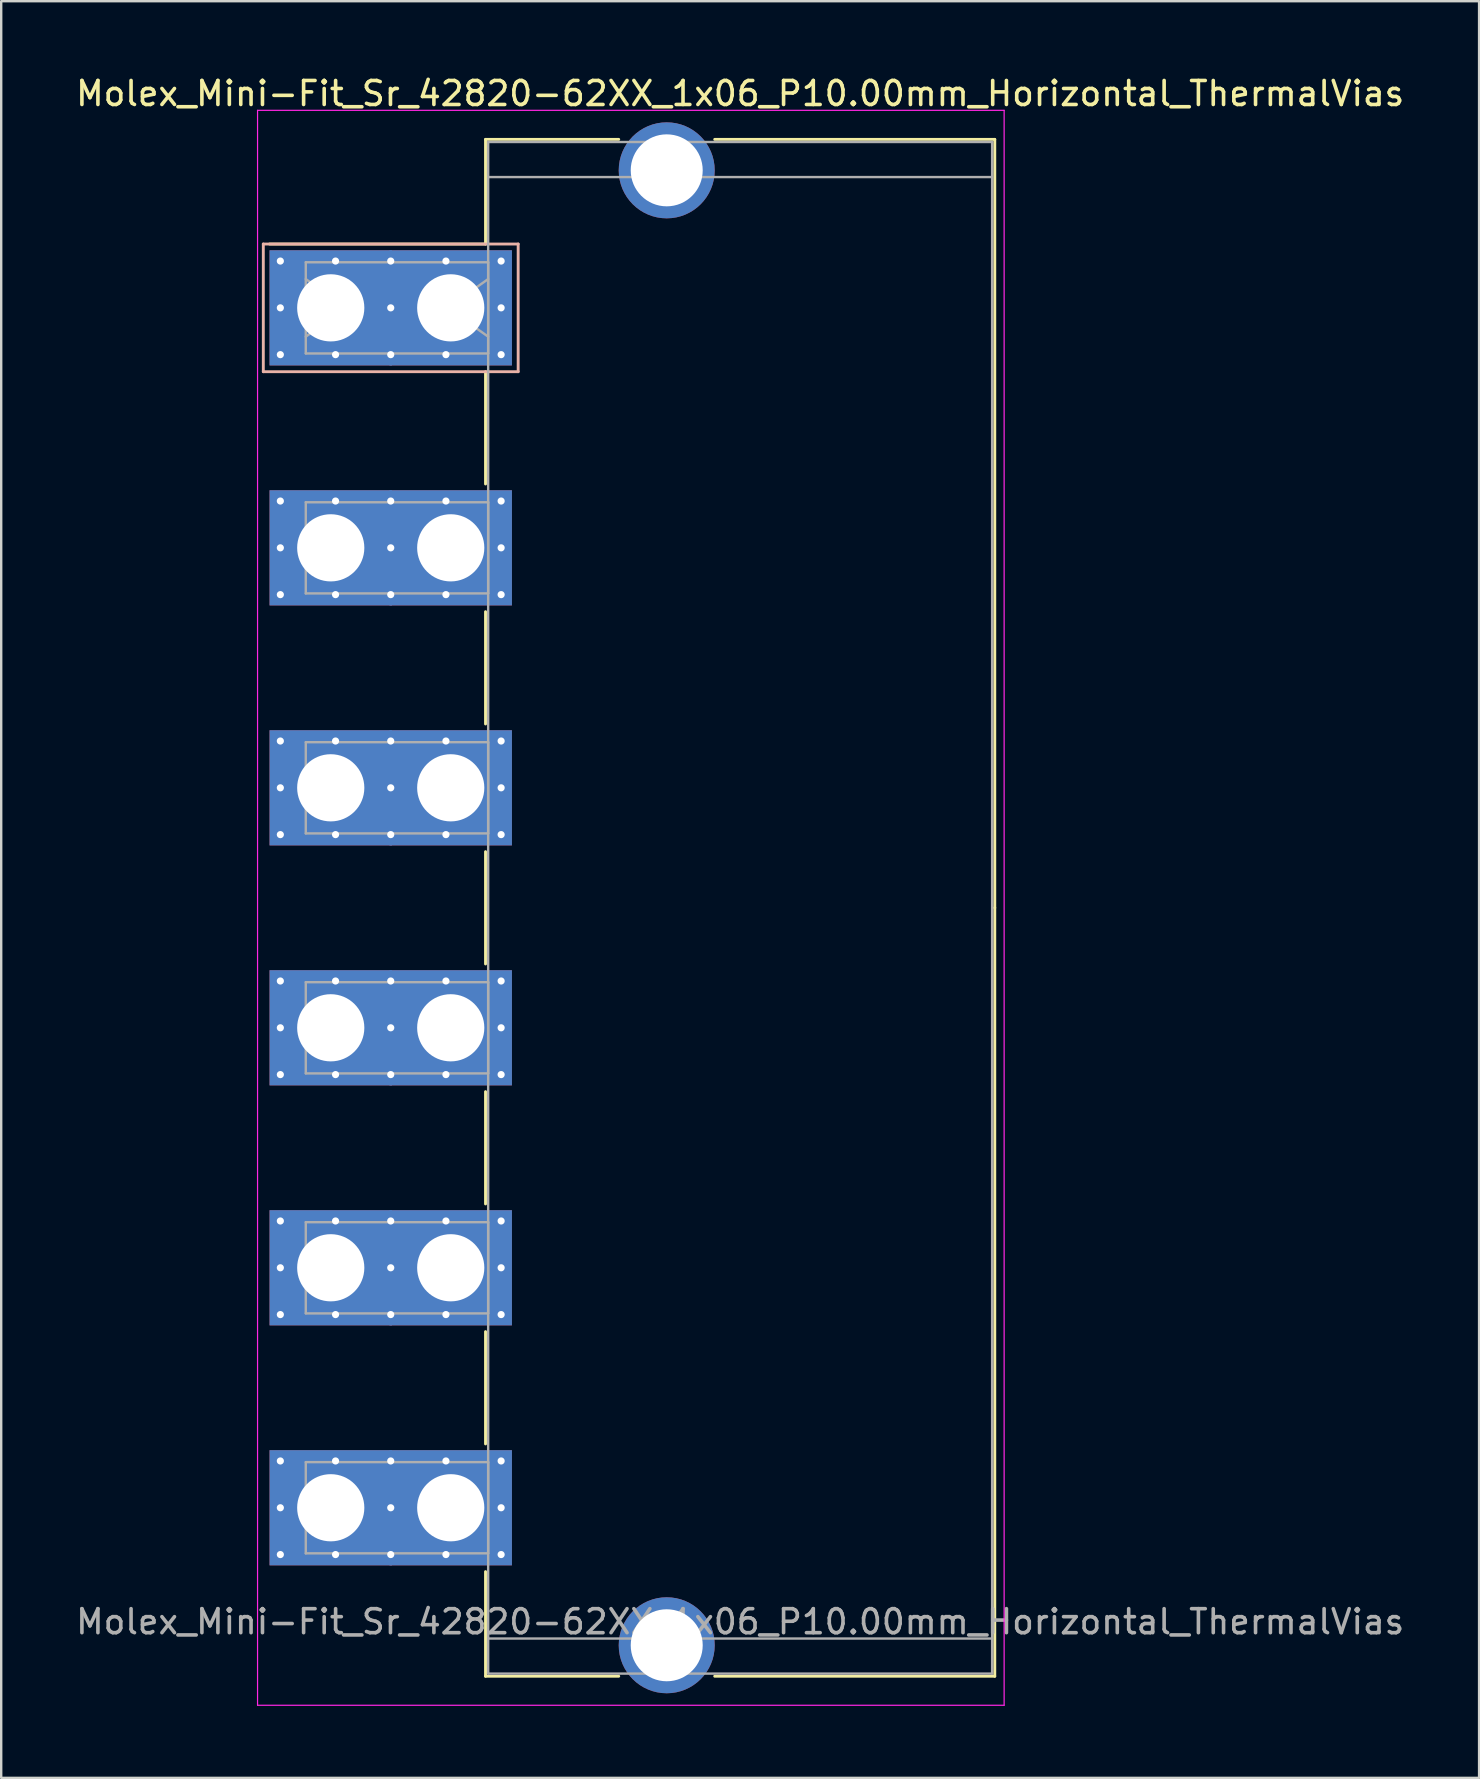
<source format=kicad_pcb>
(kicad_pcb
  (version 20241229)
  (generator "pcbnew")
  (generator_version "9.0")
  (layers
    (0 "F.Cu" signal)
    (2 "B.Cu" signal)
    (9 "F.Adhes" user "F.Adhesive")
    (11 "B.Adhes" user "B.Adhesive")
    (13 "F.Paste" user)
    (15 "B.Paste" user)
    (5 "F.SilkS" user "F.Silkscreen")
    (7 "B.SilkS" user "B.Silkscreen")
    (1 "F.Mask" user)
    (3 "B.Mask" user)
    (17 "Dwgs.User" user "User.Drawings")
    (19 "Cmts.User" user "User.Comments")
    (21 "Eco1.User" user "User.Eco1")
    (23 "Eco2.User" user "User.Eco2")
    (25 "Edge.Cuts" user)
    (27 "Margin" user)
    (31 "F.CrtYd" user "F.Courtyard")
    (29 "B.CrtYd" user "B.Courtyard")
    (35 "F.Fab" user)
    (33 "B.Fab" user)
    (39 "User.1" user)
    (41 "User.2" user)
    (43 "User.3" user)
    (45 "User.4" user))
  (footprint "Molex_Mini-Fit_Sr_42820-62XX_1x06_P10.00mm_Horizontal_ThermalVias"
    (layer "F.Cu")
    (at 10.732 9.778)
    (property "Reference" "Molex_Mini-Fit_Sr_42820-62XX_1x06_P10.00mm_Horizontal_ThermalVias" (at 17.06 -8.93 0) (layer "F.SilkS") (effects (font (size 1 1) (thickness 0.15))))
    (attr through_hole)
    (fp_line (start 6.45 -7.02) (end 12 -7.02) (stroke (width 0.12) (type solid)) (layer "F.SilkS"))
    (fp_line (start 6.45 -2.66) (end -2.55 -2.66) (stroke (width 0.12) (type solid)) (layer "F.SilkS"))
    (fp_line (start 6.45 -2.66) (end 6.45 -7.02) (stroke (width 0.12) (type solid)) (layer "F.SilkS"))
    (fp_line (start 6.45 2.66) (end 6.45 7.34) (stroke (width 0.12) (type solid)) (layer "F.SilkS"))
    (fp_line (start 6.45 12.66) (end 6.45 17.34) (stroke (width 0.12) (type solid)) (layer "F.SilkS"))
    (fp_line (start 6.45 22.66) (end 6.45 27.34) (stroke (width 0.12) (type solid)) (layer "F.SilkS"))
    (fp_line (start 6.45 32.66) (end 6.45 37.34) (stroke (width 0.12) (type solid)) (layer "F.SilkS"))
    (fp_line (start 6.45 42.66) (end 6.45 47.34) (stroke (width 0.12) (type solid)) (layer "F.SilkS"))
    (fp_line (start 6.45 52.66) (end 6.45 57.02) (stroke (width 0.12) (type solid)) (layer "F.SilkS"))
    (fp_line (start 6.45 57.02) (end 12 57.02) (stroke (width 0.12) (type solid)) (layer "F.SilkS"))
    (fp_line (start 16 -7.02) (end 27.67 -7.02) (stroke (width 0.12) (type solid)) (layer "F.SilkS"))
    (fp_line (start 16 57.02) (end 27.67 57.02) (stroke (width 0.12) (type solid)) (layer "F.SilkS"))
    (fp_line (start 27.67 -7.02) (end 27.67 25) (stroke (width 0.12) (type solid)) (layer "F.SilkS"))
    (fp_line (start 27.67 57.02) (end 27.67 25) (stroke (width 0.12) (type solid)) (layer "F.SilkS"))
    (fp_line (start -2.81 -2.66) (end -2.81 2.66) (stroke (width 0.12) (type solid)) (layer "B.SilkS"))
    (fp_line (start -2.81 2.66) (end 7.81 2.66) (stroke (width 0.12) (type solid)) (layer "B.SilkS"))
    (fp_line (start 7.81 -2.66) (end -2.81 -2.66) (stroke (width 0.12) (type solid)) (layer "B.SilkS"))
    (fp_line (start 7.81 2.66) (end 7.81 -2.66) (stroke (width 0.12) (type solid)) (layer "B.SilkS"))
    (fp_line (start -3.05 -8.23) (end -3.05 58.23) (stroke (width 0.05) (type solid)) (layer "F.CrtYd"))
    (fp_line (start -3.05 58.23) (end 28.06 58.23) (stroke (width 0.05) (type solid)) (layer "F.CrtYd"))
    (fp_line (start 28.06 -8.23) (end -3.05 -8.23) (stroke (width 0.05) (type solid)) (layer "F.CrtYd"))
    (fp_line (start 28.06 58.23) (end 28.06 -8.23) (stroke (width 0.05) (type solid)) (layer "F.CrtYd"))
    (fp_line (start -1.04 -1.9) (end 6.56 -1.9) (stroke (width 0.1) (type solid)) (layer "F.Fab"))
    (fp_line (start -1.04 -1.2) (end 0.657 0) (stroke (width 0.1) (type solid)) (layer "F.Fab"))
    (fp_line (start -1.04 1.9) (end -1.04 -1.9) (stroke (width 0.1) (type solid)) (layer "F.Fab"))
    (fp_line (start -1.04 8.1) (end 6.56 8.1) (stroke (width 0.1) (type solid)) (layer "F.Fab"))
    (fp_line (start -1.04 11.9) (end -1.04 8.1) (stroke (width 0.1) (type solid)) (layer "F.Fab"))
    (fp_line (start -1.04 18.1) (end 6.56 18.1) (stroke (width 0.1) (type solid)) (layer "F.Fab"))
    (fp_line (start -1.04 21.9) (end -1.04 18.1) (stroke (width 0.1) (type solid)) (layer "F.Fab"))
    (fp_line (start -1.04 28.1) (end 6.56 28.1) (stroke (width 0.1) (type solid)) (layer "F.Fab"))
    (fp_line (start -1.04 31.9) (end -1.04 28.1) (stroke (width 0.1) (type solid)) (layer "F.Fab"))
    (fp_line (start -1.04 38.1) (end 6.56 38.1) (stroke (width 0.1) (type solid)) (layer "F.Fab"))
    (fp_line (start -1.04 41.9) (end -1.04 38.1) (stroke (width 0.1) (type solid)) (layer "F.Fab"))
    (fp_line (start -1.04 48.1) (end 6.56 48.1) (stroke (width 0.1) (type solid)) (layer "F.Fab"))
    (fp_line (start -1.04 51.9) (end -1.04 48.1) (stroke (width 0.1) (type solid)) (layer "F.Fab"))
    (fp_line (start 0.657 0) (end -1.04 1.2) (stroke (width 0.1) (type solid)) (layer "F.Fab"))
    (fp_line (start 4.863 0) (end 6.56 1.2) (stroke (width 0.1) (type solid)) (layer "F.Fab"))
    (fp_line (start 6.56 -6.91) (end 6.56 56.91) (stroke (width 0.1) (type solid)) (layer "F.Fab"))
    (fp_line (start 6.56 -5.45) (end 27.56 -5.45) (stroke (width 0.1) (type solid)) (layer "F.Fab"))
    (fp_line (start 6.56 -1.9) (end 6.56 1.9) (stroke (width 0.1) (type solid)) (layer "F.Fab"))
    (fp_line (start 6.56 -1.2) (end 4.863 0) (stroke (width 0.1) (type solid)) (layer "F.Fab"))
    (fp_line (start 6.56 1.9) (end -1.04 1.9) (stroke (width 0.1) (type solid)) (layer "F.Fab"))
    (fp_line (start 6.56 8.1) (end 6.56 11.9) (stroke (width 0.1) (type solid)) (layer "F.Fab"))
    (fp_line (start 6.56 11.9) (end -1.04 11.9) (stroke (width 0.1) (type solid)) (layer "F.Fab"))
    (fp_line (start 6.56 18.1) (end 6.56 21.9) (stroke (width 0.1) (type solid)) (layer "F.Fab"))
    (fp_line (start 6.56 21.9) (end -1.04 21.9) (stroke (width 0.1) (type solid)) (layer "F.Fab"))
    (fp_line (start 6.56 28.1) (end 6.56 31.9) (stroke (width 0.1) (type solid)) (layer "F.Fab"))
    (fp_line (start 6.56 31.9) (end -1.04 31.9) (stroke (width 0.1) (type solid)) (layer "F.Fab"))
    (fp_line (start 6.56 38.1) (end 6.56 41.9) (stroke (width 0.1) (type solid)) (layer "F.Fab"))
    (fp_line (start 6.56 41.9) (end -1.04 41.9) (stroke (width 0.1) (type solid)) (layer "F.Fab"))
    (fp_line (start 6.56 48.1) (end 6.56 51.9) (stroke (width 0.1) (type solid)) (layer "F.Fab"))
    (fp_line (start 6.56 51.9) (end -1.04 51.9) (stroke (width 0.1) (type solid)) (layer "F.Fab"))
    (fp_line (start 6.56 55.45) (end 27.56 55.45) (stroke (width 0.1) (type solid)) (layer "F.Fab"))
    (fp_line (start 6.56 56.91) (end 27.56 56.91) (stroke (width 0.1) (type solid)) (layer "F.Fab"))
    (fp_line (start 27.56 -6.91) (end 6.56 -6.91) (stroke (width 0.1) (type solid)) (layer "F.Fab"))
    (fp_line (start 27.56 56.91) (end 27.56 -6.91) (stroke (width 0.1) (type solid)) (layer "F.Fab"))
    (fp_text user "${REFERENCE}" (at 17.06 54.75 0) (layer "F.Fab") (effects (font (size 1 1) (thickness 0.15))))
    (pad "" thru_hole circle (at 14 -5.73) (size 4 4) (drill 3) (layers "*.Cu" "*.Mask"))
    (pad "" thru_hole circle (at 14 55.73) (size 4 4) (drill 3) (layers "*.Cu" "*.Mask"))
    (pad "1" thru_hole rect (at -2.1 -1.95) (size 0.6 0.6) (drill 0.3) (layers "*.Cu" "*.Mask"))
    (pad "1" thru_hole rect (at -2.1 0) (size 0.6 0.6) (drill 0.3) (layers "*.Cu" "*.Mask"))
    (pad "1" thru_hole rect (at -2.1 1.95) (size 0.6 0.6) (drill 0.3) (layers "*.Cu" "*.Mask"))
    (pad "1" thru_hole rect (at 0 0) (size 5.1 4.8) (drill 2.8) (layers "*.Cu" "*.Mask"))
    (pad "1" thru_hole rect (at 0.2 -1.95) (size 0.6 0.6) (drill 0.3) (layers "*.Cu" "*.Mask"))
    (pad "1" thru_hole rect (at 0.2 1.95) (size 0.6 0.6) (drill 0.3) (layers "*.Cu" "*.Mask"))
    (pad "1" thru_hole rect (at 2.5 -1.95) (size 0.6 0.6) (drill 0.3) (layers "*.Cu" "*.Mask"))
    (pad "1" thru_hole rect (at 2.5 0) (size 0.6 0.6) (drill 0.3) (layers "*.Cu" "*.Mask"))
    (pad "1" thru_hole rect (at 2.5 1.95) (size 0.6 0.6) (drill 0.3) (layers "*.Cu" "*.Mask"))
    (pad "1" thru_hole rect (at 4.8 -1.95) (size 0.6 0.6) (drill 0.3) (layers "*.Cu" "*.Mask"))
    (pad "1" thru_hole rect (at 4.8 1.95) (size 0.6 0.6) (drill 0.3) (layers "*.Cu" "*.Mask"))
    (pad "1" thru_hole rect (at 5 0) (size 5.1 4.8) (drill 2.8) (layers "*.Cu" "*.Mask"))
    (pad "1" thru_hole rect (at 7.1 -1.95) (size 0.6 0.6) (drill 0.3) (layers "*.Cu" "*.Mask"))
    (pad "1" thru_hole rect (at 7.1 0) (size 0.6 0.6) (drill 0.3) (layers "*.Cu" "*.Mask"))
    (pad "1" thru_hole rect (at 7.1 1.95) (size 0.6 0.6) (drill 0.3) (layers "*.Cu" "*.Mask"))
    (pad "2" thru_hole circle (at -2.1 8.05) (size 0.6 0.6) (drill 0.3) (layers "*.Cu" "*.Mask"))
    (pad "2" thru_hole circle (at -2.1 10) (size 0.6 0.6) (drill 0.3) (layers "*.Cu" "*.Mask"))
    (pad "2" thru_hole circle (at -2.1 11.95) (size 0.6 0.6) (drill 0.3) (layers "*.Cu" "*.Mask"))
    (pad "2" thru_hole rect (at 0 10) (size 5.1 4.8) (drill 2.8) (layers "*.Cu" "*.Mask"))
    (pad "2" thru_hole circle (at 0.2 8.05) (size 0.6 0.6) (drill 0.3) (layers "*.Cu" "*.Mask"))
    (pad "2" thru_hole circle (at 0.2 11.95) (size 0.6 0.6) (drill 0.3) (layers "*.Cu" "*.Mask"))
    (pad "2" thru_hole circle (at 2.5 8.05) (size 0.6 0.6) (drill 0.3) (layers "*.Cu" "*.Mask"))
    (pad "2" thru_hole circle (at 2.5 10) (size 0.6 0.6) (drill 0.3) (layers "*.Cu" "*.Mask"))
    (pad "2" thru_hole circle (at 2.5 11.95) (size 0.6 0.6) (drill 0.3) (layers "*.Cu" "*.Mask"))
    (pad "2" thru_hole circle (at 4.8 8.05) (size 0.6 0.6) (drill 0.3) (layers "*.Cu" "*.Mask"))
    (pad "2" thru_hole circle (at 4.8 11.95) (size 0.6 0.6) (drill 0.3) (layers "*.Cu" "*.Mask"))
    (pad "2" thru_hole rect (at 5 10) (size 5.1 4.8) (drill 2.8) (layers "*.Cu" "*.Mask"))
    (pad "2" thru_hole circle (at 7.1 8.05) (size 0.6 0.6) (drill 0.3) (layers "*.Cu" "*.Mask"))
    (pad "2" thru_hole circle (at 7.1 10) (size 0.6 0.6) (drill 0.3) (layers "*.Cu" "*.Mask"))
    (pad "2" thru_hole circle (at 7.1 11.95) (size 0.6 0.6) (drill 0.3) (layers "*.Cu" "*.Mask"))
    (pad "3" thru_hole circle (at -2.1 18.05) (size 0.6 0.6) (drill 0.3) (layers "*.Cu" "*.Mask"))
    (pad "3" thru_hole circle (at -2.1 20) (size 0.6 0.6) (drill 0.3) (layers "*.Cu" "*.Mask"))
    (pad "3" thru_hole circle (at -2.1 21.95) (size 0.6 0.6) (drill 0.3) (layers "*.Cu" "*.Mask"))
    (pad "3" thru_hole rect (at 0 20) (size 5.1 4.8) (drill 2.8) (layers "*.Cu" "*.Mask"))
    (pad "3" thru_hole circle (at 0.2 18.05) (size 0.6 0.6) (drill 0.3) (layers "*.Cu" "*.Mask"))
    (pad "3" thru_hole circle (at 0.2 21.95) (size 0.6 0.6) (drill 0.3) (layers "*.Cu" "*.Mask"))
    (pad "3" thru_hole circle (at 2.5 18.05) (size 0.6 0.6) (drill 0.3) (layers "*.Cu" "*.Mask"))
    (pad "3" thru_hole circle (at 2.5 20) (size 0.6 0.6) (drill 0.3) (layers "*.Cu" "*.Mask"))
    (pad "3" thru_hole circle (at 2.5 21.95) (size 0.6 0.6) (drill 0.3) (layers "*.Cu" "*.Mask"))
    (pad "3" thru_hole circle (at 4.8 18.05) (size 0.6 0.6) (drill 0.3) (layers "*.Cu" "*.Mask"))
    (pad "3" thru_hole circle (at 4.8 21.95) (size 0.6 0.6) (drill 0.3) (layers "*.Cu" "*.Mask"))
    (pad "3" thru_hole rect (at 5 20) (size 5.1 4.8) (drill 2.8) (layers "*.Cu" "*.Mask"))
    (pad "3" thru_hole circle (at 7.1 18.05) (size 0.6 0.6) (drill 0.3) (layers "*.Cu" "*.Mask"))
    (pad "3" thru_hole circle (at 7.1 20) (size 0.6 0.6) (drill 0.3) (layers "*.Cu" "*.Mask"))
    (pad "3" thru_hole circle (at 7.1 21.95) (size 0.6 0.6) (drill 0.3) (layers "*.Cu" "*.Mask"))
    (pad "4" thru_hole circle (at -2.1 28.05) (size 0.6 0.6) (drill 0.3) (layers "*.Cu" "*.Mask"))
    (pad "4" thru_hole circle (at -2.1 30) (size 0.6 0.6) (drill 0.3) (layers "*.Cu" "*.Mask"))
    (pad "4" thru_hole circle (at -2.1 31.95) (size 0.6 0.6) (drill 0.3) (layers "*.Cu" "*.Mask"))
    (pad "4" thru_hole rect (at 0 30) (size 5.1 4.8) (drill 2.8) (layers "*.Cu" "*.Mask"))
    (pad "4" thru_hole circle (at 0.2 28.05) (size 0.6 0.6) (drill 0.3) (layers "*.Cu" "*.Mask"))
    (pad "4" thru_hole circle (at 0.2 31.95) (size 0.6 0.6) (drill 0.3) (layers "*.Cu" "*.Mask"))
    (pad "4" thru_hole circle (at 2.5 28.05) (size 0.6 0.6) (drill 0.3) (layers "*.Cu" "*.Mask"))
    (pad "4" thru_hole circle (at 2.5 30) (size 0.6 0.6) (drill 0.3) (layers "*.Cu" "*.Mask"))
    (pad "4" thru_hole circle (at 2.5 31.95) (size 0.6 0.6) (drill 0.3) (layers "*.Cu" "*.Mask"))
    (pad "4" thru_hole circle (at 4.8 28.05) (size 0.6 0.6) (drill 0.3) (layers "*.Cu" "*.Mask"))
    (pad "4" thru_hole circle (at 4.8 31.95) (size 0.6 0.6) (drill 0.3) (layers "*.Cu" "*.Mask"))
    (pad "4" thru_hole rect (at 5 30) (size 5.1 4.8) (drill 2.8) (layers "*.Cu" "*.Mask"))
    (pad "4" thru_hole circle (at 7.1 28.05) (size 0.6 0.6) (drill 0.3) (layers "*.Cu" "*.Mask"))
    (pad "4" thru_hole circle (at 7.1 30) (size 0.6 0.6) (drill 0.3) (layers "*.Cu" "*.Mask"))
    (pad "4" thru_hole circle (at 7.1 31.95) (size 0.6 0.6) (drill 0.3) (layers "*.Cu" "*.Mask"))
    (pad "5" thru_hole circle (at -2.1 38.05) (size 0.6 0.6) (drill 0.3) (layers "*.Cu" "*.Mask"))
    (pad "5" thru_hole circle (at -2.1 40) (size 0.6 0.6) (drill 0.3) (layers "*.Cu" "*.Mask"))
    (pad "5" thru_hole circle (at -2.1 41.95) (size 0.6 0.6) (drill 0.3) (layers "*.Cu" "*.Mask"))
    (pad "5" thru_hole rect (at 0 40) (size 5.1 4.8) (drill 2.8) (layers "*.Cu" "*.Mask"))
    (pad "5" thru_hole circle (at 0.2 38.05) (size 0.6 0.6) (drill 0.3) (layers "*.Cu" "*.Mask"))
    (pad "5" thru_hole circle (at 0.2 41.95) (size 0.6 0.6) (drill 0.3) (layers "*.Cu" "*.Mask"))
    (pad "5" thru_hole circle (at 2.5 38.05) (size 0.6 0.6) (drill 0.3) (layers "*.Cu" "*.Mask"))
    (pad "5" thru_hole circle (at 2.5 40) (size 0.6 0.6) (drill 0.3) (layers "*.Cu" "*.Mask"))
    (pad "5" thru_hole circle (at 2.5 41.95) (size 0.6 0.6) (drill 0.3) (layers "*.Cu" "*.Mask"))
    (pad "5" thru_hole circle (at 4.8 38.05) (size 0.6 0.6) (drill 0.3) (layers "*.Cu" "*.Mask"))
    (pad "5" thru_hole circle (at 4.8 41.95) (size 0.6 0.6) (drill 0.3) (layers "*.Cu" "*.Mask"))
    (pad "5" thru_hole rect (at 5 40) (size 5.1 4.8) (drill 2.8) (layers "*.Cu" "*.Mask"))
    (pad "5" thru_hole circle (at 7.1 38.05) (size 0.6 0.6) (drill 0.3) (layers "*.Cu" "*.Mask"))
    (pad "5" thru_hole circle (at 7.1 40) (size 0.6 0.6) (drill 0.3) (layers "*.Cu" "*.Mask"))
    (pad "5" thru_hole circle (at 7.1 41.95) (size 0.6 0.6) (drill 0.3) (layers "*.Cu" "*.Mask"))
    (pad "6" thru_hole circle (at -2.1 48.05) (size 0.6 0.6) (drill 0.3) (layers "*.Cu" "*.Mask"))
    (pad "6" thru_hole circle (at -2.1 50) (size 0.6 0.6) (drill 0.3) (layers "*.Cu" "*.Mask"))
    (pad "6" thru_hole circle (at -2.1 51.95) (size 0.6 0.6) (drill 0.3) (layers "*.Cu" "*.Mask"))
    (pad "6" thru_hole rect (at 0 50) (size 5.1 4.8) (drill 2.8) (layers "*.Cu" "*.Mask"))
    (pad "6" thru_hole circle (at 0.2 48.05) (size 0.6 0.6) (drill 0.3) (layers "*.Cu" "*.Mask"))
    (pad "6" thru_hole circle (at 0.2 51.95) (size 0.6 0.6) (drill 0.3) (layers "*.Cu" "*.Mask"))
    (pad "6" thru_hole circle (at 2.5 48.05) (size 0.6 0.6) (drill 0.3) (layers "*.Cu" "*.Mask"))
    (pad "6" thru_hole circle (at 2.5 50) (size 0.6 0.6) (drill 0.3) (layers "*.Cu" "*.Mask"))
    (pad "6" thru_hole circle (at 2.5 51.95) (size 0.6 0.6) (drill 0.3) (layers "*.Cu" "*.Mask"))
    (pad "6" thru_hole circle (at 4.8 48.05) (size 0.6 0.6) (drill 0.3) (layers "*.Cu" "*.Mask"))
    (pad "6" thru_hole circle (at 4.8 51.95) (size 0.6 0.6) (drill 0.3) (layers "*.Cu" "*.Mask"))
    (pad "6" thru_hole rect (at 5 50) (size 5.1 4.8) (drill 2.8) (layers "*.Cu" "*.Mask"))
    (pad "6" thru_hole circle (at 7.1 48.05) (size 0.6 0.6) (drill 0.3) (layers "*.Cu" "*.Mask"))
    (pad "6" thru_hole circle (at 7.1 50) (size 0.6 0.6) (drill 0.3) (layers "*.Cu" "*.Mask"))
    (pad "6" thru_hole circle (at 7.1 51.95) (size 0.6 0.6) (drill 0.3) (layers "*.Cu" "*.Mask")))
  (gr_rect
    (start -3 -3)
    (end 58.583 71.033)
    (stroke (width 0.1) (type default))
    (fill no)
    (layer "Edge.Cuts")))
</source>
